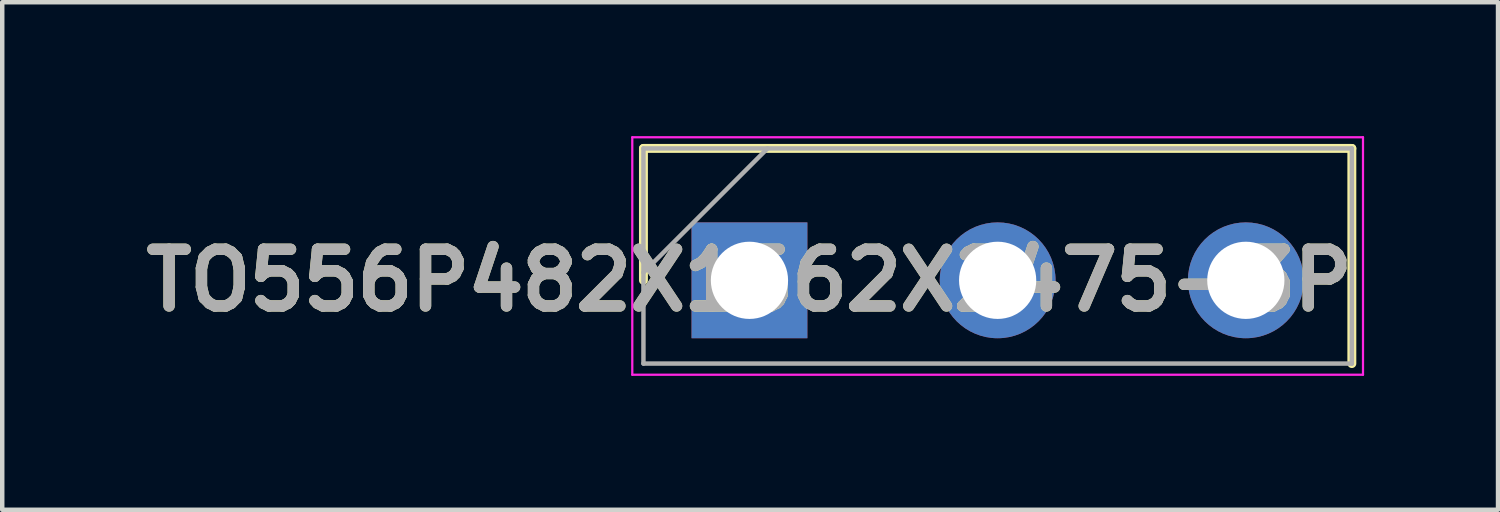
<source format=kicad_pcb>
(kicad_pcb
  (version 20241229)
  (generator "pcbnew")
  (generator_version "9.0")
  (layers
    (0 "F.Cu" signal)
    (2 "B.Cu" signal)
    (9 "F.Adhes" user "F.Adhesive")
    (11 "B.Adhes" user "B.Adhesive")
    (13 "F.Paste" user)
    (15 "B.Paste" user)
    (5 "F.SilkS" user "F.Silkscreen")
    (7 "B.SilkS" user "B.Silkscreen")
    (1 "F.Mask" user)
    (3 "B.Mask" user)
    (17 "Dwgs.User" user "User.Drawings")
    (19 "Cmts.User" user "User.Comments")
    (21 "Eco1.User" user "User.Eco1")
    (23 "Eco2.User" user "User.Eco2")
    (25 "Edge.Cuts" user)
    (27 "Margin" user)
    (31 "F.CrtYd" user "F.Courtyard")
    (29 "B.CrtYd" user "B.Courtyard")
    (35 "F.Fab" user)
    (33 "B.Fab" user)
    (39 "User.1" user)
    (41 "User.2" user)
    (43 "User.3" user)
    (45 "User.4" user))
  (footprint "TO556P482X1562X2475-3P"
    (layer "F.Cu")
    (at 13.74 3.23)
    (property "Reference" "TO556P482X1562X2475-3P" (at 0 0 0) (layer "F.SilkS") (effects (font (size 1.27 1.27) (thickness 0.254))))
    (attr through_hole)
    (fp_line (start -2.375 -2.955) (end -2.375 0) (stroke (width 0.2) (type solid)) (layer "F.SilkS"))
    (fp_line (start 13.495 -2.955) (end -2.375 -2.955) (stroke (width 0.2) (type solid)) (layer "F.SilkS"))
    (fp_line (start 13.495 1.865) (end 13.495 -2.955) (stroke (width 0.2) (type solid)) (layer "F.SilkS"))
    (fp_line (start -2.625 -3.205) (end 13.745 -3.205) (stroke (width 0.05) (type solid)) (layer "F.CrtYd"))
    (fp_line (start -2.625 2.115) (end -2.625 -3.205) (stroke (width 0.05) (type solid)) (layer "F.CrtYd"))
    (fp_line (start 13.745 -3.205) (end 13.745 2.115) (stroke (width 0.05) (type solid)) (layer "F.CrtYd"))
    (fp_line (start 13.745 2.115) (end -2.625 2.115) (stroke (width 0.05) (type solid)) (layer "F.CrtYd"))
    (fp_line (start -2.375 -2.955) (end 13.495 -2.955) (stroke (width 0.1) (type solid)) (layer "F.Fab"))
    (fp_line (start -2.375 -0.175) (end 0.405 -2.955) (stroke (width 0.1) (type solid)) (layer "F.Fab"))
    (fp_line (start -2.375 1.865) (end -2.375 -2.955) (stroke (width 0.1) (type solid)) (layer "F.Fab"))
    (fp_line (start 13.495 -2.955) (end 13.495 1.865) (stroke (width 0.1) (type solid)) (layer "F.Fab"))
    (fp_line (start 13.495 1.865) (end -2.375 1.865) (stroke (width 0.1) (type solid)) (layer "F.Fab"))
    (fp_text user "${REFERENCE}" (at 0 0 0) (layer "F.Fab") (effects (font (size 1.27 1.27) (thickness 0.254))))
    (pad "1" thru_hole rect (at 0 0) (size 2.595 2.595) (drill 1.73) (layers "*.Cu" "*.Mask"))
    (pad "2" thru_hole circle (at 5.56 0) (size 2.595 2.595) (drill 1.73) (layers "*.Cu" "*.Mask"))
    (pad "3" thru_hole circle (at 11.12 0) (size 2.595 2.595) (drill 1.73) (layers "*.Cu" "*.Mask")))
  (gr_rect
    (start -3 -3)
    (end 30.51 8.37)
    (stroke (width 0.1) (type default))
    (fill no)
    (layer "Edge.Cuts")))
</source>
